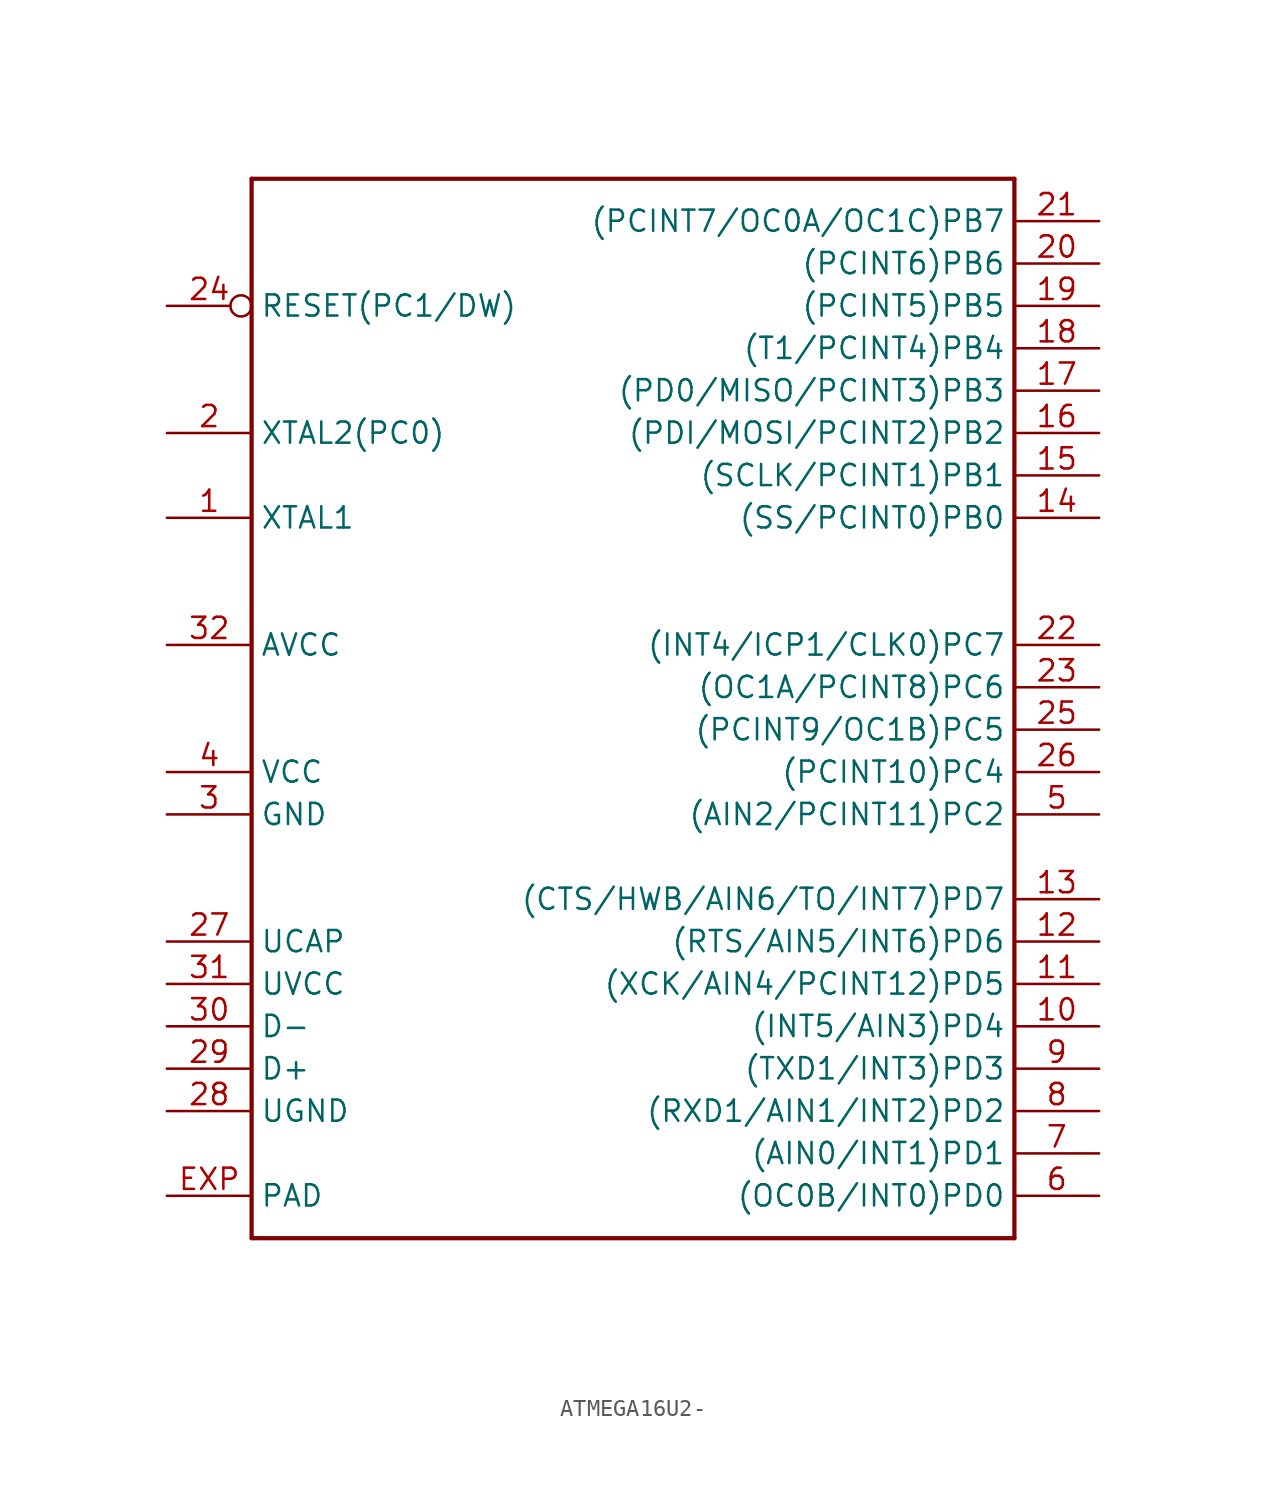
<source format=kicad_sym>
(kicad_symbol_lib
  (version 20220914)
  (generator kicad_symbol_editor)
  (symbol "ATMEGA16U2-"
    (property "Reference" ""
      (at -22.86 33.782 0)
      (effects (font (size 1.778 1.511)) (justify left bottom) hide))
    (property "Value" ""
      (at -22.86 -33.02 0)
      (effects (font (size 1.778 1.511)) (justify left bottom)))
    (property "ki_locked" ""
      (at 0 0 0)
      (effects (font (size 1.27 1.27))))
    (symbol "ATMEGA16U2-_1_0"
      (polyline (pts (xy -22.86 -30.48) (xy -22.86 33.02)) (stroke (width 0.254) (type solid)) (fill (type none)))
      (polyline (pts (xy -22.86 33.02) (xy 22.86 33.02)) (stroke (width 0.254) (type solid)) (fill (type none)))
      (polyline (pts (xy 22.86 -30.48) (xy -22.86 -30.48)) (stroke (width 0.254) (type solid)) (fill (type none)))
      (polyline (pts (xy 22.86 33.02) (xy 22.86 -30.48)) (stroke (width 0.254) (type solid)) (fill (type none)))
      (pin bidirectional line (at -27.94 12.7 0) (length 5.08) (name "XTAL1" (effects (font (size 1.27 1.27)))) (number "1" (effects (font (size 1.27 1.27)))))
      (pin bidirectional line (at 27.94 -17.78 180) (length 5.08) (name "(INT5/AIN3)PD4" (effects (font (size 1.27 1.27)))) (number "10" (effects (font (size 1.27 1.27)))))
      (pin bidirectional line (at 27.94 -15.24 180) (length 5.08) (name "(XCK/AIN4/PCINT12)PD5" (effects (font (size 1.27 1.27)))) (number "11" (effects (font (size 1.27 1.27)))))
      (pin bidirectional line (at 27.94 -12.7 180) (length 5.08) (name "(RTS/AIN5/INT6)PD6" (effects (font (size 1.27 1.27)))) (number "12" (effects (font (size 1.27 1.27)))))
      (pin bidirectional line (at 27.94 -10.16 180) (length 5.08) (name "(CTS/HWB/AIN6/TO/INT7)PD7" (effects (font (size 1.27 1.27)))) (number "13" (effects (font (size 1.27 1.27)))))
      (pin bidirectional line (at 27.94 12.7 180) (length 5.08) (name "(SS/PCINT0)PB0" (effects (font (size 1.27 1.27)))) (number "14" (effects (font (size 1.27 1.27)))))
      (pin bidirectional line (at 27.94 15.24 180) (length 5.08) (name "(SCLK/PCINT1)PB1" (effects (font (size 1.27 1.27)))) (number "15" (effects (font (size 1.27 1.27)))))
      (pin bidirectional line (at 27.94 17.78 180) (length 5.08) (name "(PDI/MOSI/PCINT2)PB2" (effects (font (size 1.27 1.27)))) (number "16" (effects (font (size 1.27 1.27)))))
      (pin bidirectional line (at 27.94 20.32 180) (length 5.08) (name "(PD0/MISO/PCINT3)PB3" (effects (font (size 1.27 1.27)))) (number "17" (effects (font (size 1.27 1.27)))))
      (pin bidirectional line (at 27.94 22.86 180) (length 5.08) (name "(T1/PCINT4)PB4" (effects (font (size 1.27 1.27)))) (number "18" (effects (font (size 1.27 1.27)))))
      (pin bidirectional line (at 27.94 25.4 180) (length 5.08) (name "(PCINT5)PB5" (effects (font (size 1.27 1.27)))) (number "19" (effects (font (size 1.27 1.27)))))
      (pin bidirectional line (at -27.94 17.78 0) (length 5.08) (name "XTAL2(PC0)" (effects (font (size 1.27 1.27)))) (number "2" (effects (font (size 1.27 1.27)))))
      (pin bidirectional line (at 27.94 27.94 180) (length 5.08) (name "(PCINT6)PB6" (effects (font (size 1.27 1.27)))) (number "20" (effects (font (size 1.27 1.27)))))
      (pin bidirectional line (at 27.94 30.48 180) (length 5.08) (name "(PCINT7/OC0A/OC1C)PB7" (effects (font (size 1.27 1.27)))) (number "21" (effects (font (size 1.27 1.27)))))
      (pin bidirectional line (at 27.94 5.08 180) (length 5.08) (name "(INT4/ICP1/CLK0)PC7" (effects (font (size 1.27 1.27)))) (number "22" (effects (font (size 1.27 1.27)))))
      (pin bidirectional line (at 27.94 2.54 180) (length 5.08) (name "(OC1A/PCINT8)PC6" (effects (font (size 1.27 1.27)))) (number "23" (effects (font (size 1.27 1.27)))))
      (pin input inverted (at -27.94 25.4 0) (length 5.08) (name "RESET(PC1/DW)" (effects (font (size 1.27 1.27)))) (number "24" (effects (font (size 1.27 1.27)))))
      (pin bidirectional line (at 27.94 0 180) (length 5.08) (name "(PCINT9/OC1B)PC5" (effects (font (size 1.27 1.27)))) (number "25" (effects (font (size 1.27 1.27)))))
      (pin bidirectional line (at 27.94 -2.54 180) (length 5.08) (name "(PCINT10)PC4" (effects (font (size 1.27 1.27)))) (number "26" (effects (font (size 1.27 1.27)))))
      (pin passive line (at -27.94 -12.7 0) (length 5.08) (name "UCAP" (effects (font (size 1.27 1.27)))) (number "27" (effects (font (size 1.27 1.27)))))
      (pin power_in line (at -27.94 -22.86 0) (length 5.08) (name "UGND" (effects (font (size 1.27 1.27)))) (number "28" (effects (font (size 1.27 1.27)))))
      (pin bidirectional line (at -27.94 -20.32 0) (length 5.08) (name "D+" (effects (font (size 1.27 1.27)))) (number "29" (effects (font (size 1.27 1.27)))))
      (pin power_in line (at -27.94 -5.08 0) (length 5.08) (name "GND" (effects (font (size 1.27 1.27)))) (number "3" (effects (font (size 1.27 1.27)))))
      (pin bidirectional line (at -27.94 -17.78 0) (length 5.08) (name "D-" (effects (font (size 1.27 1.27)))) (number "30" (effects (font (size 1.27 1.27)))))
      (pin power_in line (at -27.94 -15.24 0) (length 5.08) (name "UVCC" (effects (font (size 1.27 1.27)))) (number "31" (effects (font (size 1.27 1.27)))))
      (pin power_in line (at -27.94 5.08 0) (length 5.08) (name "AVCC" (effects (font (size 1.27 1.27)))) (number "32" (effects (font (size 1.27 1.27)))))
      (pin power_in line (at -27.94 -2.54 0) (length 5.08) (name "VCC" (effects (font (size 1.27 1.27)))) (number "4" (effects (font (size 1.27 1.27)))))
      (pin bidirectional line (at 27.94 -5.08 180) (length 5.08) (name "(AIN2/PCINT11)PC2" (effects (font (size 1.27 1.27)))) (number "5" (effects (font (size 1.27 1.27)))))
      (pin bidirectional line (at 27.94 -27.94 180) (length 5.08) (name "(OC0B/INT0)PD0" (effects (font (size 1.27 1.27)))) (number "6" (effects (font (size 1.27 1.27)))))
      (pin bidirectional line (at 27.94 -25.4 180) (length 5.08) (name "(AIN0/INT1)PD1" (effects (font (size 1.27 1.27)))) (number "7" (effects (font (size 1.27 1.27)))))
      (pin bidirectional line (at 27.94 -22.86 180) (length 5.08) (name "(RXD1/AIN1/INT2)PD2" (effects (font (size 1.27 1.27)))) (number "8" (effects (font (size 1.27 1.27)))))
      (pin bidirectional line (at 27.94 -20.32 180) (length 5.08) (name "(TXD1/INT3)PD3" (effects (font (size 1.27 1.27)))) (number "9" (effects (font (size 1.27 1.27)))))
      (pin power_in line (at -27.94 -27.94 0) (length 5.08) (name "PAD" (effects (font (size 1.27 1.27)))) (number "EXP" (effects (font (size 1.27 1.27))))))))
</source>
